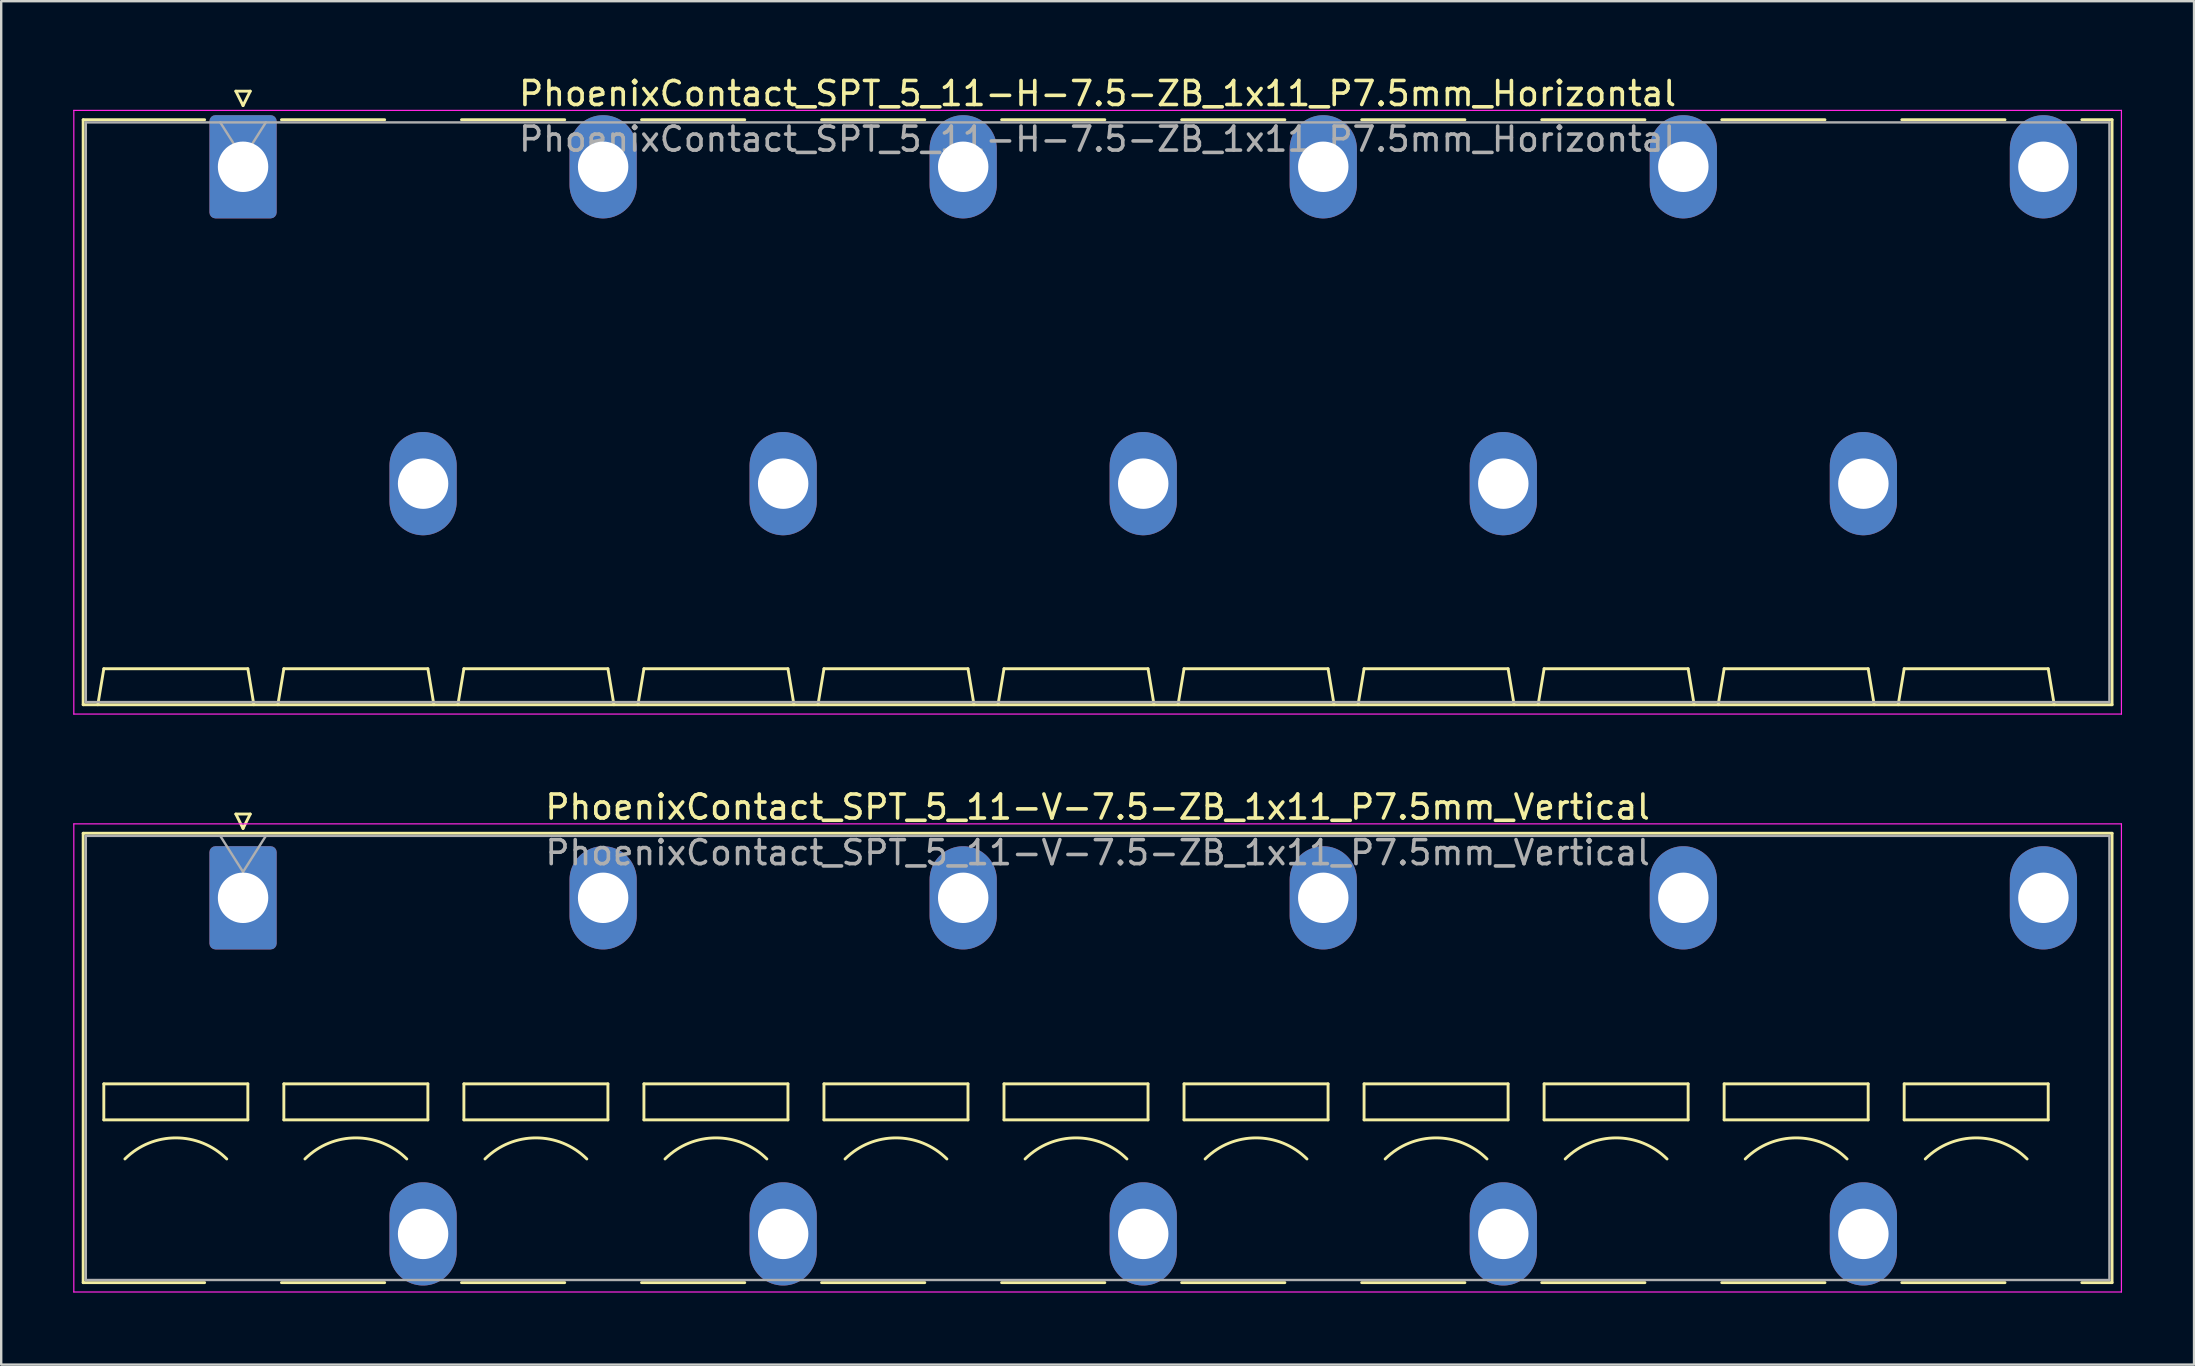
<source format=kicad_pcb>
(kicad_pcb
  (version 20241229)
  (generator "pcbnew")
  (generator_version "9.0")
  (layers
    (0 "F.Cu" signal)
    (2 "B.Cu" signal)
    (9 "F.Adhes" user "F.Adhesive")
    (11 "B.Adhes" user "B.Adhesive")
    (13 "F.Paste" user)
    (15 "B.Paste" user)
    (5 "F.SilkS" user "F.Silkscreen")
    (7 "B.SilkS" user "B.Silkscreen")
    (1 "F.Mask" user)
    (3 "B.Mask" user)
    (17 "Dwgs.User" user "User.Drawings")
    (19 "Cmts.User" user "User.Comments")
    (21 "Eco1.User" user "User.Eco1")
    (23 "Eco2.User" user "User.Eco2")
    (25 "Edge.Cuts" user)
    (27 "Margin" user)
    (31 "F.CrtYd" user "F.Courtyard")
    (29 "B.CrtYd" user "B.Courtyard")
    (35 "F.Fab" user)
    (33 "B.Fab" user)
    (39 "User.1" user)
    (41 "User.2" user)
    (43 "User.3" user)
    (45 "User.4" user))
  (footprint "PhoenixContact_SPT_5_11-H-7.5-ZB_1x11_P7.5mm_Horizontal"
    (layer "F.Cu")
    (at 7.075 3.898)
    (property "Reference" "PhoenixContact_SPT_5_11-H-7.5-ZB_1x11_P7.5mm_Horizontal" (at 35.6 -3.05 0) (layer "F.SilkS") (effects (font (size 1 1) (thickness 0.15))))
    (attr through_hole)
    (fp_line (start -6.66 -1.96) (end -1.6 -1.96) (stroke (width 0.12) (type solid)) (layer "F.SilkS"))
    (fp_line (start -6.66 22.41) (end -6.66 -1.96) (stroke (width 0.12) (type solid)) (layer "F.SilkS"))
    (fp_line (start -6.05 22.41) (end -5.8 20.91) (stroke (width 0.12) (type solid)) (layer "F.SilkS"))
    (fp_line (start -5.8 20.91) (end 0.2 20.91) (stroke (width 0.12) (type solid)) (layer "F.SilkS"))
    (fp_line (start -0.3 -3.15) (end 0 -2.55) (stroke (width 0.12) (type solid)) (layer "F.SilkS"))
    (fp_line (start -0.3 -3.15) (end 0.3 -3.15) (stroke (width 0.12) (type solid)) (layer "F.SilkS"))
    (fp_line (start 0.3 -3.15) (end 0 -2.55) (stroke (width 0.12) (type solid)) (layer "F.SilkS"))
    (fp_line (start 0.45 22.41) (end 0.2 20.91) (stroke (width 0.12) (type solid)) (layer "F.SilkS"))
    (fp_line (start 1.45 22.41) (end 1.7 20.91) (stroke (width 0.12) (type solid)) (layer "F.SilkS"))
    (fp_line (start 1.6 -1.96) (end 5.9 -1.96) (stroke (width 0.12) (type solid)) (layer "F.SilkS"))
    (fp_line (start 1.7 20.91) (end 7.7 20.91) (stroke (width 0.12) (type solid)) (layer "F.SilkS"))
    (fp_line (start 7.95 22.41) (end 7.7 20.91) (stroke (width 0.12) (type solid)) (layer "F.SilkS"))
    (fp_line (start 8.95 22.41) (end 9.2 20.91) (stroke (width 0.12) (type solid)) (layer "F.SilkS"))
    (fp_line (start 9.1 -1.96) (end 13.4 -1.96) (stroke (width 0.12) (type solid)) (layer "F.SilkS"))
    (fp_line (start 9.2 20.91) (end 15.2 20.91) (stroke (width 0.12) (type solid)) (layer "F.SilkS"))
    (fp_line (start 15.45 22.41) (end 15.2 20.91) (stroke (width 0.12) (type solid)) (layer "F.SilkS"))
    (fp_line (start 16.45 22.41) (end 16.7 20.91) (stroke (width 0.12) (type solid)) (layer "F.SilkS"))
    (fp_line (start 16.6 -1.96) (end 20.9 -1.96) (stroke (width 0.12) (type solid)) (layer "F.SilkS"))
    (fp_line (start 16.7 20.91) (end 22.7 20.91) (stroke (width 0.12) (type solid)) (layer "F.SilkS"))
    (fp_line (start 22.95 22.41) (end 22.7 20.91) (stroke (width 0.12) (type solid)) (layer "F.SilkS"))
    (fp_line (start 23.95 22.41) (end 24.2 20.91) (stroke (width 0.12) (type solid)) (layer "F.SilkS"))
    (fp_line (start 24.1 -1.96) (end 28.4 -1.96) (stroke (width 0.12) (type solid)) (layer "F.SilkS"))
    (fp_line (start 24.2 20.91) (end 30.2 20.91) (stroke (width 0.12) (type solid)) (layer "F.SilkS"))
    (fp_line (start 30.45 22.41) (end 30.2 20.91) (stroke (width 0.12) (type solid)) (layer "F.SilkS"))
    (fp_line (start 31.45 22.41) (end 31.7 20.91) (stroke (width 0.12) (type solid)) (layer "F.SilkS"))
    (fp_line (start 31.6 -1.96) (end 35.9 -1.96) (stroke (width 0.12) (type solid)) (layer "F.SilkS"))
    (fp_line (start 31.7 20.91) (end 37.7 20.91) (stroke (width 0.12) (type solid)) (layer "F.SilkS"))
    (fp_line (start 37.95 22.41) (end 37.7 20.91) (stroke (width 0.12) (type solid)) (layer "F.SilkS"))
    (fp_line (start 38.95 22.41) (end 39.2 20.91) (stroke (width 0.12) (type solid)) (layer "F.SilkS"))
    (fp_line (start 39.1 -1.96) (end 43.4 -1.96) (stroke (width 0.12) (type solid)) (layer "F.SilkS"))
    (fp_line (start 39.2 20.91) (end 45.2 20.91) (stroke (width 0.12) (type solid)) (layer "F.SilkS"))
    (fp_line (start 45.45 22.41) (end 45.2 20.91) (stroke (width 0.12) (type solid)) (layer "F.SilkS"))
    (fp_line (start 46.45 22.41) (end 46.7 20.91) (stroke (width 0.12) (type solid)) (layer "F.SilkS"))
    (fp_line (start 46.6 -1.96) (end 50.9 -1.96) (stroke (width 0.12) (type solid)) (layer "F.SilkS"))
    (fp_line (start 46.7 20.91) (end 52.7 20.91) (stroke (width 0.12) (type solid)) (layer "F.SilkS"))
    (fp_line (start 52.95 22.41) (end 52.7 20.91) (stroke (width 0.12) (type solid)) (layer "F.SilkS"))
    (fp_line (start 53.95 22.41) (end 54.2 20.91) (stroke (width 0.12) (type solid)) (layer "F.SilkS"))
    (fp_line (start 54.1 -1.96) (end 58.4 -1.96) (stroke (width 0.12) (type solid)) (layer "F.SilkS"))
    (fp_line (start 54.2 20.91) (end 60.2 20.91) (stroke (width 0.12) (type solid)) (layer "F.SilkS"))
    (fp_line (start 60.45 22.41) (end 60.2 20.91) (stroke (width 0.12) (type solid)) (layer "F.SilkS"))
    (fp_line (start 61.45 22.41) (end 61.7 20.91) (stroke (width 0.12) (type solid)) (layer "F.SilkS"))
    (fp_line (start 61.6 -1.96) (end 65.9 -1.96) (stroke (width 0.12) (type solid)) (layer "F.SilkS"))
    (fp_line (start 61.7 20.91) (end 67.7 20.91) (stroke (width 0.12) (type solid)) (layer "F.SilkS"))
    (fp_line (start 67.95 22.41) (end 67.7 20.91) (stroke (width 0.12) (type solid)) (layer "F.SilkS"))
    (fp_line (start 68.95 22.41) (end 69.2 20.91) (stroke (width 0.12) (type solid)) (layer "F.SilkS"))
    (fp_line (start 69.1 -1.96) (end 73.4 -1.96) (stroke (width 0.12) (type solid)) (layer "F.SilkS"))
    (fp_line (start 69.2 20.91) (end 75.2 20.91) (stroke (width 0.12) (type solid)) (layer "F.SilkS"))
    (fp_line (start 75.45 22.41) (end 75.2 20.91) (stroke (width 0.12) (type solid)) (layer "F.SilkS"))
    (fp_line (start 76.6 -1.96) (end 77.86 -1.96) (stroke (width 0.12) (type solid)) (layer "F.SilkS"))
    (fp_line (start 77.86 -1.96) (end 77.86 22.41) (stroke (width 0.12) (type solid)) (layer "F.SilkS"))
    (fp_line (start 77.86 22.41) (end -6.66 22.41) (stroke (width 0.12) (type solid)) (layer "F.SilkS"))
    (fp_line (start -7.05 -2.35) (end -7.05 22.8) (stroke (width 0.05) (type solid)) (layer "F.CrtYd"))
    (fp_line (start -7.05 22.8) (end 78.25 22.8) (stroke (width 0.05) (type solid)) (layer "F.CrtYd"))
    (fp_line (start 78.25 -2.35) (end -7.05 -2.35) (stroke (width 0.05) (type solid)) (layer "F.CrtYd"))
    (fp_line (start 78.25 22.8) (end 78.25 -2.35) (stroke (width 0.05) (type solid)) (layer "F.CrtYd"))
    (fp_line (start -6.55 -1.85) (end -6.55 22.3) (stroke (width 0.1) (type solid)) (layer "F.Fab"))
    (fp_line (start -6.55 22.3) (end 77.75 22.3) (stroke (width 0.1) (type solid)) (layer "F.Fab"))
    (fp_line (start -0.95 -1.85) (end 0 -0.35) (stroke (width 0.1) (type solid)) (layer "F.Fab"))
    (fp_line (start 0.95 -1.85) (end 0 -0.35) (stroke (width 0.1) (type solid)) (layer "F.Fab"))
    (fp_line (start 77.75 -1.85) (end -6.55 -1.85) (stroke (width 0.1) (type solid)) (layer "F.Fab"))
    (fp_line (start 77.75 22.3) (end 77.75 -1.85) (stroke (width 0.1) (type solid)) (layer "F.Fab"))
    (fp_text user "${REFERENCE}" (at 35.6 -1.15 0) (layer "F.Fab") (effects (font (size 1 1) (thickness 0.15))))
    (pad "1" thru_hole roundrect (at 0 0) (size 2.8 4.3) (drill 2.1) (layers "*.Cu" "*.Mask") (roundrect_rratio 0.089))
    (pad "2" thru_hole oval (at 7.5 13.2) (size 2.8 4.3) (drill 2.1) (layers "*.Cu" "*.Mask"))
    (pad "3" thru_hole oval (at 15 0) (size 2.8 4.3) (drill 2.1) (layers "*.Cu" "*.Mask"))
    (pad "4" thru_hole oval (at 22.5 13.2) (size 2.8 4.3) (drill 2.1) (layers "*.Cu" "*.Mask"))
    (pad "5" thru_hole oval (at 30 0) (size 2.8 4.3) (drill 2.1) (layers "*.Cu" "*.Mask"))
    (pad "6" thru_hole oval (at 37.5 13.2) (size 2.8 4.3) (drill 2.1) (layers "*.Cu" "*.Mask"))
    (pad "7" thru_hole oval (at 45 0) (size 2.8 4.3) (drill 2.1) (layers "*.Cu" "*.Mask"))
    (pad "8" thru_hole oval (at 52.5 13.2) (size 2.8 4.3) (drill 2.1) (layers "*.Cu" "*.Mask"))
    (pad "9" thru_hole oval (at 60 0) (size 2.8 4.3) (drill 2.1) (layers "*.Cu" "*.Mask"))
    (pad "10" thru_hole oval (at 67.5 13.2) (size 2.8 4.3) (drill 2.1) (layers "*.Cu" "*.Mask"))
    (pad "11" thru_hole oval (at 75 0) (size 2.8 4.3) (drill 2.1) (layers "*.Cu" "*.Mask")))
  (footprint "PhoenixContact_SPT_5_11-V-7.5-ZB_1x11_P7.5mm_Vertical"
    (layer "F.Cu")
    (at 7.075 34.352)
    (property "Reference" "PhoenixContact_SPT_5_11-V-7.5-ZB_1x11_P7.5mm_Vertical" (at 35.6 -3.78 0) (layer "F.SilkS") (effects (font (size 1 1) (thickness 0.15))))
    (attr through_hole)
    (fp_line (start -6.66 -2.69) (end 77.86 -2.69) (stroke (width 0.12) (type solid)) (layer "F.SilkS"))
    (fp_line (start -6.66 16.03) (end -6.66 -2.69) (stroke (width 0.12) (type solid)) (layer "F.SilkS"))
    (fp_line (start -6.66 16.03) (end -1.6 16.03) (stroke (width 0.12) (type solid)) (layer "F.SilkS"))
    (fp_line (start -5.8 7.75) (end -5.8 9.25) (stroke (width 0.12) (type solid)) (layer "F.SilkS"))
    (fp_line (start -5.8 9.25) (end 0.2 9.25) (stroke (width 0.12) (type solid)) (layer "F.SilkS"))
    (fp_line (start -0.3 -3.49) (end 0 -2.89) (stroke (width 0.12) (type solid)) (layer "F.SilkS"))
    (fp_line (start -0.3 -3.49) (end 0.3 -3.49) (stroke (width 0.12) (type solid)) (layer "F.SilkS"))
    (fp_line (start 0.2 7.75) (end -5.8 7.75) (stroke (width 0.12) (type solid)) (layer "F.SilkS"))
    (fp_line (start 0.2 9.25) (end 0.2 7.75) (stroke (width 0.12) (type solid)) (layer "F.SilkS"))
    (fp_line (start 0.3 -3.49) (end 0 -2.89) (stroke (width 0.12) (type solid)) (layer "F.SilkS"))
    (fp_line (start 1.6 16.03) (end 5.9 16.03) (stroke (width 0.12) (type solid)) (layer "F.SilkS"))
    (fp_line (start 1.7 7.75) (end 1.7 9.25) (stroke (width 0.12) (type solid)) (layer "F.SilkS"))
    (fp_line (start 1.7 9.25) (end 7.7 9.25) (stroke (width 0.12) (type solid)) (layer "F.SilkS"))
    (fp_line (start 7.7 7.75) (end 1.7 7.75) (stroke (width 0.12) (type solid)) (layer "F.SilkS"))
    (fp_line (start 7.7 9.25) (end 7.7 7.75) (stroke (width 0.12) (type solid)) (layer "F.SilkS"))
    (fp_line (start 9.1 16.03) (end 13.4 16.03) (stroke (width 0.12) (type solid)) (layer "F.SilkS"))
    (fp_line (start 9.2 7.75) (end 9.2 9.25) (stroke (width 0.12) (type solid)) (layer "F.SilkS"))
    (fp_line (start 9.2 9.25) (end 15.2 9.25) (stroke (width 0.12) (type solid)) (layer "F.SilkS"))
    (fp_line (start 15.2 7.75) (end 9.2 7.75) (stroke (width 0.12) (type solid)) (layer "F.SilkS"))
    (fp_line (start 15.2 9.25) (end 15.2 7.75) (stroke (width 0.12) (type solid)) (layer "F.SilkS"))
    (fp_line (start 16.6 16.03) (end 20.9 16.03) (stroke (width 0.12) (type solid)) (layer "F.SilkS"))
    (fp_line (start 16.7 7.75) (end 16.7 9.25) (stroke (width 0.12) (type solid)) (layer "F.SilkS"))
    (fp_line (start 16.7 9.25) (end 22.7 9.25) (stroke (width 0.12) (type solid)) (layer "F.SilkS"))
    (fp_line (start 22.7 7.75) (end 16.7 7.75) (stroke (width 0.12) (type solid)) (layer "F.SilkS"))
    (fp_line (start 22.7 9.25) (end 22.7 7.75) (stroke (width 0.12) (type solid)) (layer "F.SilkS"))
    (fp_line (start 24.1 16.03) (end 28.4 16.03) (stroke (width 0.12) (type solid)) (layer "F.SilkS"))
    (fp_line (start 24.2 7.75) (end 24.2 9.25) (stroke (width 0.12) (type solid)) (layer "F.SilkS"))
    (fp_line (start 24.2 9.25) (end 30.2 9.25) (stroke (width 0.12) (type solid)) (layer "F.SilkS"))
    (fp_line (start 30.2 7.75) (end 24.2 7.75) (stroke (width 0.12) (type solid)) (layer "F.SilkS"))
    (fp_line (start 30.2 9.25) (end 30.2 7.75) (stroke (width 0.12) (type solid)) (layer "F.SilkS"))
    (fp_line (start 31.6 16.03) (end 35.9 16.03) (stroke (width 0.12) (type solid)) (layer "F.SilkS"))
    (fp_line (start 31.7 7.75) (end 31.7 9.25) (stroke (width 0.12) (type solid)) (layer "F.SilkS"))
    (fp_line (start 31.7 9.25) (end 37.7 9.25) (stroke (width 0.12) (type solid)) (layer "F.SilkS"))
    (fp_line (start 37.7 7.75) (end 31.7 7.75) (stroke (width 0.12) (type solid)) (layer "F.SilkS"))
    (fp_line (start 37.7 9.25) (end 37.7 7.75) (stroke (width 0.12) (type solid)) (layer "F.SilkS"))
    (fp_line (start 39.1 16.03) (end 43.4 16.03) (stroke (width 0.12) (type solid)) (layer "F.SilkS"))
    (fp_line (start 39.2 7.75) (end 39.2 9.25) (stroke (width 0.12) (type solid)) (layer "F.SilkS"))
    (fp_line (start 39.2 9.25) (end 45.2 9.25) (stroke (width 0.12) (type solid)) (layer "F.SilkS"))
    (fp_line (start 45.2 7.75) (end 39.2 7.75) (stroke (width 0.12) (type solid)) (layer "F.SilkS"))
    (fp_line (start 45.2 9.25) (end 45.2 7.75) (stroke (width 0.12) (type solid)) (layer "F.SilkS"))
    (fp_line (start 46.6 16.03) (end 50.9 16.03) (stroke (width 0.12) (type solid)) (layer "F.SilkS"))
    (fp_line (start 46.7 7.75) (end 46.7 9.25) (stroke (width 0.12) (type solid)) (layer "F.SilkS"))
    (fp_line (start 46.7 9.25) (end 52.7 9.25) (stroke (width 0.12) (type solid)) (layer "F.SilkS"))
    (fp_line (start 52.7 7.75) (end 46.7 7.75) (stroke (width 0.12) (type solid)) (layer "F.SilkS"))
    (fp_line (start 52.7 9.25) (end 52.7 7.75) (stroke (width 0.12) (type solid)) (layer "F.SilkS"))
    (fp_line (start 54.1 16.03) (end 58.4 16.03) (stroke (width 0.12) (type solid)) (layer "F.SilkS"))
    (fp_line (start 54.2 7.75) (end 54.2 9.25) (stroke (width 0.12) (type solid)) (layer "F.SilkS"))
    (fp_line (start 54.2 9.25) (end 60.2 9.25) (stroke (width 0.12) (type solid)) (layer "F.SilkS"))
    (fp_line (start 60.2 7.75) (end 54.2 7.75) (stroke (width 0.12) (type solid)) (layer "F.SilkS"))
    (fp_line (start 60.2 9.25) (end 60.2 7.75) (stroke (width 0.12) (type solid)) (layer "F.SilkS"))
    (fp_line (start 61.6 16.03) (end 65.9 16.03) (stroke (width 0.12) (type solid)) (layer "F.SilkS"))
    (fp_line (start 61.7 7.75) (end 61.7 9.25) (stroke (width 0.12) (type solid)) (layer "F.SilkS"))
    (fp_line (start 61.7 9.25) (end 67.7 9.25) (stroke (width 0.12) (type solid)) (layer "F.SilkS"))
    (fp_line (start 67.7 7.75) (end 61.7 7.75) (stroke (width 0.12) (type solid)) (layer "F.SilkS"))
    (fp_line (start 67.7 9.25) (end 67.7 7.75) (stroke (width 0.12) (type solid)) (layer "F.SilkS"))
    (fp_line (start 69.1 16.03) (end 73.4 16.03) (stroke (width 0.12) (type solid)) (layer "F.SilkS"))
    (fp_line (start 69.2 7.75) (end 69.2 9.25) (stroke (width 0.12) (type solid)) (layer "F.SilkS"))
    (fp_line (start 69.2 9.25) (end 75.2 9.25) (stroke (width 0.12) (type solid)) (layer "F.SilkS"))
    (fp_line (start 75.2 7.75) (end 69.2 7.75) (stroke (width 0.12) (type solid)) (layer "F.SilkS"))
    (fp_line (start 75.2 9.25) (end 75.2 7.75) (stroke (width 0.12) (type solid)) (layer "F.SilkS"))
    (fp_line (start 76.6 16.03) (end 77.86 16.03) (stroke (width 0.12) (type solid)) (layer "F.SilkS"))
    (fp_line (start 77.86 -2.69) (end 77.86 16.03) (stroke (width 0.12) (type solid)) (layer "F.SilkS"))
    (fp_arc (start -4.92132 10.87868) (mid -2.8 10) (end -0.67868 10.87868) (stroke (width 0.12) (type solid)) (layer "F.SilkS"))
    (fp_arc (start 2.57868 10.87868) (mid 4.7 10) (end 6.82132 10.87868) (stroke (width 0.12) (type solid)) (layer "F.SilkS"))
    (fp_arc (start 10.07868 10.87868) (mid 12.2 10) (end 14.32132 10.87868) (stroke (width 0.12) (type solid)) (layer "F.SilkS"))
    (fp_arc (start 17.57868 10.87868) (mid 19.7 10) (end 21.82132 10.87868) (stroke (width 0.12) (type solid)) (layer "F.SilkS"))
    (fp_arc (start 25.07868 10.87868) (mid 27.2 10) (end 29.32132 10.87868) (stroke (width 0.12) (type solid)) (layer "F.SilkS"))
    (fp_arc (start 32.57868 10.87868) (mid 34.7 10) (end 36.82132 10.87868) (stroke (width 0.12) (type solid)) (layer "F.SilkS"))
    (fp_arc (start 40.07868 10.87868) (mid 42.2 10) (end 44.32132 10.87868) (stroke (width 0.12) (type solid)) (layer "F.SilkS"))
    (fp_arc (start 47.57868 10.87868) (mid 49.7 10) (end 51.82132 10.87868) (stroke (width 0.12) (type solid)) (layer "F.SilkS"))
    (fp_arc (start 55.07868 10.87868) (mid 57.2 10) (end 59.32132 10.87868) (stroke (width 0.12) (type solid)) (layer "F.SilkS"))
    (fp_arc (start 62.57868 10.87868) (mid 64.7 10) (end 66.82132 10.87868) (stroke (width 0.12) (type solid)) (layer "F.SilkS"))
    (fp_arc (start 70.07868 10.87868) (mid 72.2 10) (end 74.32132 10.87868) (stroke (width 0.12) (type solid)) (layer "F.SilkS"))
    (fp_line (start -7.05 -3.08) (end -7.05 16.42) (stroke (width 0.05) (type solid)) (layer "F.CrtYd"))
    (fp_line (start -7.05 16.42) (end 78.25 16.42) (stroke (width 0.05) (type solid)) (layer "F.CrtYd"))
    (fp_line (start 78.25 -3.08) (end -7.05 -3.08) (stroke (width 0.05) (type solid)) (layer "F.CrtYd"))
    (fp_line (start 78.25 16.42) (end 78.25 -3.08) (stroke (width 0.05) (type solid)) (layer "F.CrtYd"))
    (fp_line (start -6.55 -2.58) (end -6.55 15.92) (stroke (width 0.1) (type solid)) (layer "F.Fab"))
    (fp_line (start -6.55 15.92) (end 77.75 15.92) (stroke (width 0.1) (type solid)) (layer "F.Fab"))
    (fp_line (start -0.95 -2.58) (end 0 -1.08) (stroke (width 0.1) (type solid)) (layer "F.Fab"))
    (fp_line (start 0.95 -2.58) (end 0 -1.08) (stroke (width 0.1) (type solid)) (layer "F.Fab"))
    (fp_line (start 77.75 -2.58) (end -6.55 -2.58) (stroke (width 0.1) (type solid)) (layer "F.Fab"))
    (fp_line (start 77.75 15.92) (end 77.75 -2.58) (stroke (width 0.1) (type solid)) (layer "F.Fab"))
    (fp_text user "${REFERENCE}" (at 35.6 -1.88 0) (layer "F.Fab") (effects (font (size 1 1) (thickness 0.15))))
    (pad "1" thru_hole roundrect (at 0 0) (size 2.8 4.3) (drill 2.1) (layers "*.Cu" "*.Mask") (roundrect_rratio 0.089))
    (pad "2" thru_hole oval (at 7.5 14) (size 2.8 4.3) (drill 2.1) (layers "*.Cu" "*.Mask"))
    (pad "3" thru_hole oval (at 15 0) (size 2.8 4.3) (drill 2.1) (layers "*.Cu" "*.Mask"))
    (pad "4" thru_hole oval (at 22.5 14) (size 2.8 4.3) (drill 2.1) (layers "*.Cu" "*.Mask"))
    (pad "5" thru_hole oval (at 30 0) (size 2.8 4.3) (drill 2.1) (layers "*.Cu" "*.Mask"))
    (pad "6" thru_hole oval (at 37.5 14) (size 2.8 4.3) (drill 2.1) (layers "*.Cu" "*.Mask"))
    (pad "7" thru_hole oval (at 45 0) (size 2.8 4.3) (drill 2.1) (layers "*.Cu" "*.Mask"))
    (pad "8" thru_hole oval (at 52.5 14) (size 2.8 4.3) (drill 2.1) (layers "*.Cu" "*.Mask"))
    (pad "9" thru_hole oval (at 60 0) (size 2.8 4.3) (drill 2.1) (layers "*.Cu" "*.Mask"))
    (pad "10" thru_hole oval (at 67.5 14) (size 2.8 4.3) (drill 2.1) (layers "*.Cu" "*.Mask"))
    (pad "11" thru_hole oval (at 75 0) (size 2.8 4.3) (drill 2.1) (layers "*.Cu" "*.Mask")))
  (gr_rect
    (start -3 -3)
    (end 88.35 53.797)
    (stroke (width 0.1) (type default))
    (fill no)
    (layer "Edge.Cuts")))
</source>
